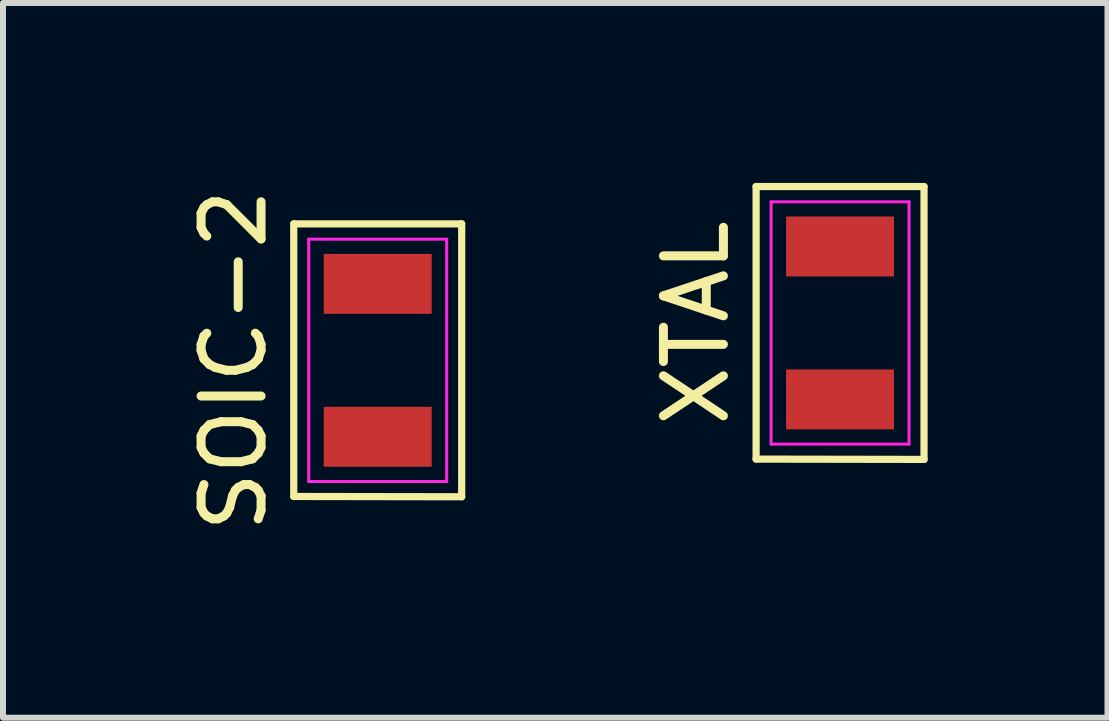
<source format=kicad_pcb>
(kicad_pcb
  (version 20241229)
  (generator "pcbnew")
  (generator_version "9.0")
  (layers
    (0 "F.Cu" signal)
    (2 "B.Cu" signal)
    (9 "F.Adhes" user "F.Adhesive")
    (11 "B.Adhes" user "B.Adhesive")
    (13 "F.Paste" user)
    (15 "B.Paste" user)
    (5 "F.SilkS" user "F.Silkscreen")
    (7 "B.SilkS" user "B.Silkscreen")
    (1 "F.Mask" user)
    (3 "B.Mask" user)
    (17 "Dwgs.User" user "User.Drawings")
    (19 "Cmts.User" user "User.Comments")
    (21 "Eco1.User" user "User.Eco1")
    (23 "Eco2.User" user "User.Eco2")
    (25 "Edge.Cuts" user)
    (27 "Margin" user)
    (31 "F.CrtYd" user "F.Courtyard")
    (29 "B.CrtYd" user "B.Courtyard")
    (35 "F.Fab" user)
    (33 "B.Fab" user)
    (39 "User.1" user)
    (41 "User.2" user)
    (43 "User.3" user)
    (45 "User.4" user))
  (footprint "XTAL"
    (layer "F.Cu")
    (at 10.957 2.335)
    (property "Reference" "XTAL" (at -2.4 0 90) (layer "F.SilkS") (effects (font (size 1 1) (thickness 0.15))))
    (attr through_hole)
    (fp_line (start -1.4 -2.275) (end 1.4 -2.275) (stroke (width 0.12) (type default)) (layer "F.SilkS"))
    (fp_line (start -1.4 2.27) (end -1.4 -2.275) (stroke (width 0.12) (type default)) (layer "F.SilkS"))
    (fp_line (start 1.4 -2.275) (end 1.4 2.275) (stroke (width 0.12) (type default)) (layer "F.SilkS"))
    (fp_line (start 1.4 2.275) (end -1.4 2.27) (stroke (width 0.12) (type default)) (layer "F.SilkS"))
    (fp_line (start -1.15 -2.02) (end 1.15 -2.02) (stroke (width 0.05) (type default)) (layer "F.CrtYd"))
    (fp_line (start -1.15 2.02) (end -1.15 -2.02) (stroke (width 0.05) (type default)) (layer "F.CrtYd"))
    (fp_line (start 1.15 -2.02) (end 1.15 2.02) (stroke (width 0.05) (type default)) (layer "F.CrtYd"))
    (fp_line (start 1.15 2.02) (end -1.15 2.02) (stroke (width 0.05) (type default)) (layer "F.CrtYd"))
    (pad "1" smd rect (at 0 1.275) (size 1.8 1) (layers "F.Cu" "F.Mask" "F.Paste"))
    (pad "2" smd rect (at 0 -1.275) (size 1.8 1) (layers "F.Cu" "F.Mask" "F.Paste")))
  (footprint "SOIC-2"
    (layer "F.Cu")
    (at 3.248 2.958)
    (property "Reference" "SOIC-2" (at -2.4 0 90) (layer "F.SilkS") (effects (font (size 1 1) (thickness 0.15))))
    (attr through_hole)
    (fp_line (start -1.4 -2.275) (end 1.4 -2.275) (stroke (width 0.12) (type default)) (layer "F.SilkS"))
    (fp_line (start -1.4 2.27) (end -1.4 -2.275) (stroke (width 0.12) (type default)) (layer "F.SilkS"))
    (fp_line (start 1.4 -2.275) (end 1.4 2.275) (stroke (width 0.12) (type default)) (layer "F.SilkS"))
    (fp_line (start 1.4 2.275) (end -1.4 2.27) (stroke (width 0.12) (type default)) (layer "F.SilkS"))
    (fp_line (start -1.15 -2.02) (end 1.15 -2.02) (stroke (width 0.05) (type default)) (layer "F.CrtYd"))
    (fp_line (start -1.15 2.02) (end -1.15 -2.02) (stroke (width 0.05) (type default)) (layer "F.CrtYd"))
    (fp_line (start 1.15 -2.02) (end 1.15 2.02) (stroke (width 0.05) (type default)) (layer "F.CrtYd"))
    (fp_line (start 1.15 2.02) (end -1.15 2.02) (stroke (width 0.05) (type default)) (layer "F.CrtYd"))
    (pad "1" smd rect (at 0 1.275) (size 1.8 1) (layers "F.Cu" "F.Mask" "F.Paste"))
    (pad "2" smd rect (at 0 -1.275) (size 1.8 1) (layers "F.Cu" "F.Mask" "F.Paste")))
  (gr_rect
    (start -3 -3)
    (end 15.416 8.917)
    (stroke (width 0.1) (type default))
    (fill no)
    (layer "Edge.Cuts")))
</source>
